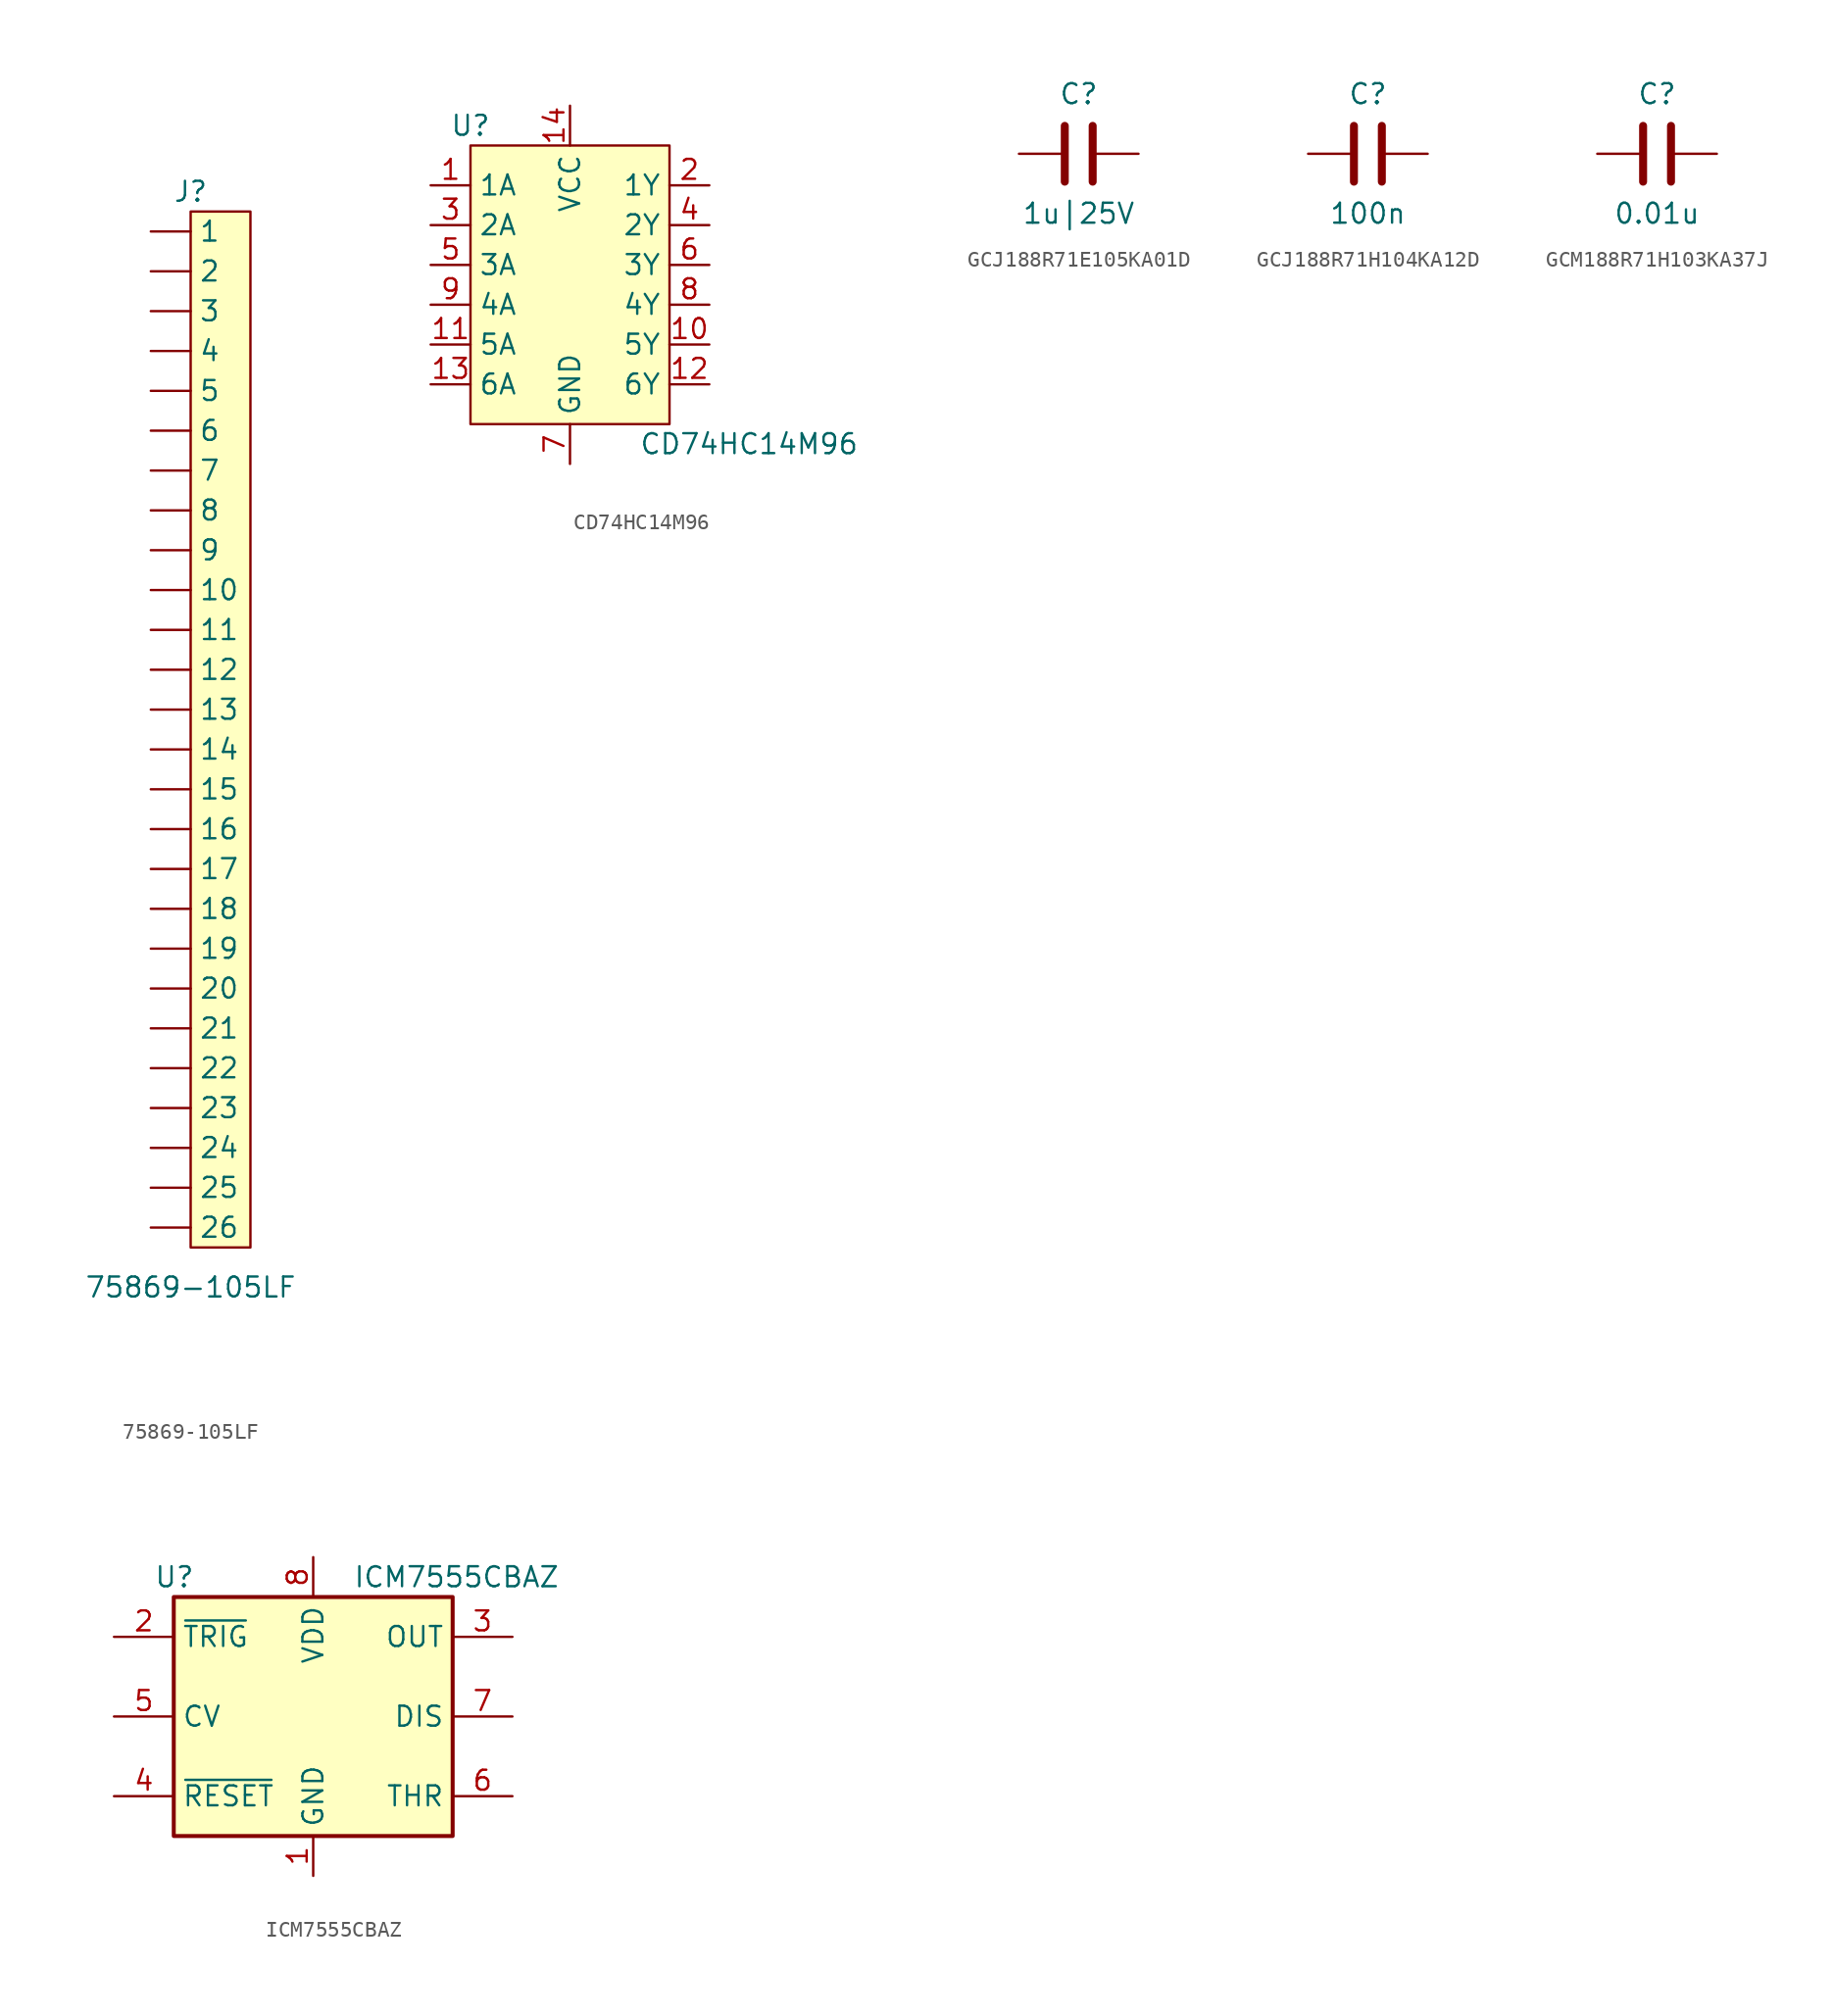
<source format=kicad_sym>
(kicad_symbol_lib
  (version 20220914)
  (generator kicad_symbol_editor)
  (symbol "75869-105LF"
    (pin_numbers hide)
    (property "Reference" "J"
      (at 0 33.02 0)
      (effects (font (size 1.27 1.27))))
    (property "Value" "75869-105LF"
      (at 0 -36.83 0)
      (effects (font (size 1.27 1.27))))
    (symbol "75869-105LF_0_0"
      (pin passive line (at -2.54 30.48 0) (length 2.54) (name "1" (effects (font (size 1.27 1.27)))) (number "1" (effects (font (size 1.27 1.27)))))
      (pin passive line (at -2.54 7.62 0) (length 2.54) (name "10" (effects (font (size 1.27 1.27)))) (number "10" (effects (font (size 1.27 1.27)))))
      (pin passive line (at -2.54 5.08 0) (length 2.54) (name "11" (effects (font (size 1.27 1.27)))) (number "11" (effects (font (size 1.27 1.27)))))
      (pin passive line (at -2.54 2.54 0) (length 2.54) (name "12" (effects (font (size 1.27 1.27)))) (number "12" (effects (font (size 1.27 1.27)))))
      (pin passive line (at -2.54 0 0) (length 2.54) (name "13" (effects (font (size 1.27 1.27)))) (number "13" (effects (font (size 1.27 1.27)))))
      (pin passive line (at -2.54 -2.54 0) (length 2.54) (name "14" (effects (font (size 1.27 1.27)))) (number "14" (effects (font (size 1.27 1.27)))))
      (pin passive line (at -2.54 -5.08 0) (length 2.54) (name "15" (effects (font (size 1.27 1.27)))) (number "15" (effects (font (size 1.27 1.27)))))
      (pin passive line (at -2.54 -7.62 0) (length 2.54) (name "16" (effects (font (size 1.27 1.27)))) (number "16" (effects (font (size 1.27 1.27)))))
      (pin passive line (at -2.54 -10.16 0) (length 2.54) (name "17" (effects (font (size 1.27 1.27)))) (number "17" (effects (font (size 1.27 1.27)))))
      (pin passive line (at -2.54 -12.7 0) (length 2.54) (name "18" (effects (font (size 1.27 1.27)))) (number "18" (effects (font (size 1.27 1.27)))))
      (pin passive line (at -2.54 -15.24 0) (length 2.54) (name "19" (effects (font (size 1.27 1.27)))) (number "19" (effects (font (size 1.27 1.27)))))
      (pin passive line (at -2.54 27.94 0) (length 2.54) (name "2" (effects (font (size 1.27 1.27)))) (number "2" (effects (font (size 1.27 1.27)))))
      (pin passive line (at -2.54 -17.78 0) (length 2.54) (name "20" (effects (font (size 1.27 1.27)))) (number "20" (effects (font (size 1.27 1.27)))))
      (pin passive line (at -2.54 -20.32 0) (length 2.54) (name "21" (effects (font (size 1.27 1.27)))) (number "21" (effects (font (size 1.27 1.27)))))
      (pin passive line (at -2.54 -22.86 0) (length 2.54) (name "22" (effects (font (size 1.27 1.27)))) (number "22" (effects (font (size 1.27 1.27)))))
      (pin passive line (at -2.54 -25.4 0) (length 2.54) (name "23" (effects (font (size 1.27 1.27)))) (number "23" (effects (font (size 1.27 1.27)))))
      (pin passive line (at -2.54 -27.94 0) (length 2.54) (name "24" (effects (font (size 1.27 1.27)))) (number "24" (effects (font (size 1.27 1.27)))))
      (pin passive line (at -2.54 -30.48 0) (length 2.54) (name "25" (effects (font (size 1.27 1.27)))) (number "25" (effects (font (size 1.27 1.27)))))
      (pin passive line (at -2.54 -33.02 0) (length 2.54) (name "26" (effects (font (size 1.27 1.27)))) (number "26" (effects (font (size 1.27 1.27)))))
      (pin passive line (at -2.54 25.4 0) (length 2.54) (name "3" (effects (font (size 1.27 1.27)))) (number "3" (effects (font (size 1.27 1.27)))))
      (pin passive line (at -2.54 22.86 0) (length 2.54) (name "4" (effects (font (size 1.27 1.27)))) (number "4" (effects (font (size 1.27 1.27)))))
      (pin passive line (at -2.54 20.32 0) (length 2.54) (name "5" (effects (font (size 1.27 1.27)))) (number "5" (effects (font (size 1.27 1.27)))))
      (pin passive line (at -2.54 17.78 0) (length 2.54) (name "6" (effects (font (size 1.27 1.27)))) (number "6" (effects (font (size 1.27 1.27)))))
      (pin passive line (at -2.54 15.24 0) (length 2.54) (name "7" (effects (font (size 1.27 1.27)))) (number "7" (effects (font (size 1.27 1.27)))))
      (pin passive line (at -2.54 12.7 0) (length 2.54) (name "8" (effects (font (size 1.27 1.27)))) (number "8" (effects (font (size 1.27 1.27)))))
      (pin passive line (at -2.54 10.16 0) (length 2.54) (name "9" (effects (font (size 1.27 1.27)))) (number "9" (effects (font (size 1.27 1.27))))))
    (symbol "75869-105LF_1_1"
      (rectangle (start 0 31.75) (end 3.81 -34.29) (stroke (width 0) (type default)) (fill (type background)))))
  (symbol "CD74HC14M96"
    (property "Reference" "U"
      (at -6.35 8.89 0)
      (effects (font (size 1.27 1.27))))
    (property "Value" "CD74HC14M96"
      (at 11.43 -11.43 0)
      (effects (font (size 1.27 1.27))))
    (symbol "CD74HC14M96_0_0"
      (pin input line (at -8.89 5.08 0) (length 2.54) (name "1A" (effects (font (size 1.27 1.27)))) (number "1" (effects (font (size 1.27 1.27)))))
      (pin output line (at 8.89 -5.08 180) (length 2.54) (name "5Y" (effects (font (size 1.27 1.27)))) (number "10" (effects (font (size 1.27 1.27)))))
      (pin input line (at -8.89 -5.08 0) (length 2.54) (name "5A" (effects (font (size 1.27 1.27)))) (number "11" (effects (font (size 1.27 1.27)))))
      (pin output line (at 8.89 -7.62 180) (length 2.54) (name "6Y" (effects (font (size 1.27 1.27)))) (number "12" (effects (font (size 1.27 1.27)))))
      (pin input line (at -8.89 -7.62 0) (length 2.54) (name "6A" (effects (font (size 1.27 1.27)))) (number "13" (effects (font (size 1.27 1.27)))))
      (pin power_in line (at 0 10.16 270) (length 2.54) (name "VCC" (effects (font (size 1.27 1.27)))) (number "14" (effects (font (size 1.27 1.27)))))
      (pin output line (at 8.89 5.08 180) (length 2.54) (name "1Y" (effects (font (size 1.27 1.27)))) (number "2" (effects (font (size 1.27 1.27)))))
      (pin input line (at -8.89 2.54 0) (length 2.54) (name "2A" (effects (font (size 1.27 1.27)))) (number "3" (effects (font (size 1.27 1.27)))))
      (pin output line (at 8.89 2.54 180) (length 2.54) (name "2Y" (effects (font (size 1.27 1.27)))) (number "4" (effects (font (size 1.27 1.27)))))
      (pin input line (at -8.89 0 0) (length 2.54) (name "3A" (effects (font (size 1.27 1.27)))) (number "5" (effects (font (size 1.27 1.27)))))
      (pin output line (at 8.89 0 180) (length 2.54) (name "3Y" (effects (font (size 1.27 1.27)))) (number "6" (effects (font (size 1.27 1.27)))))
      (pin power_in line (at 0 -12.7 90) (length 2.54) (name "GND" (effects (font (size 1.27 1.27)))) (number "7" (effects (font (size 1.27 1.27)))))
      (pin output line (at 8.89 -2.54 180) (length 2.54) (name "4Y" (effects (font (size 1.27 1.27)))) (number "8" (effects (font (size 1.27 1.27)))))
      (pin input line (at -8.89 -2.54 0) (length 2.54) (name "4A" (effects (font (size 1.27 1.27)))) (number "9" (effects (font (size 1.27 1.27))))))
    (symbol "CD74HC14M96_1_1"
      (rectangle (start -6.35 7.62) (end 6.35 -10.16) (stroke (width 0) (type default)) (fill (type background)))))
  (symbol "GCJ188R71E105KA01D"
    (pin_numbers hide)
    (pin_names
      (offset 1.016))
    (property "Reference" "C"
      (at 0 3.81 0)
      (effects (font (size 1.27 1.27))))
    (property "Value" "1u|25V"
      (at 0 -3.81 0)
      (effects (font (size 1.27 1.27))))
    (symbol "GCJ188R71E105KA01D_0_1"
      (rectangle (start -0.889 1.778) (end -0.889 -1.778) (stroke (width 0.508) (type solid)) (fill (type none)))
      (rectangle (start 0.889 1.778) (end 0.889 -1.778) (stroke (width 0.508) (type solid)) (fill (type none))))
    (symbol "GCJ188R71E105KA01D_1_1"
      (pin passive line (at -3.81 0 0) (length 2.794) (name "~" (effects (font (size 1.27 1.27)))) (number "1" (effects (font (size 1.27 1.27)))))
      (pin passive line (at 3.81 0 180) (length 2.794) (name "~" (effects (font (size 1.27 1.27)))) (number "2" (effects (font (size 1.27 1.27)))))))
  (symbol "GCJ188R71H104KA12D"
    (pin_numbers hide)
    (pin_names
      (offset 1.016))
    (property "Reference" "C"
      (at 0 3.81 0)
      (effects (font (size 1.27 1.27))))
    (property "Value" "100n"
      (at 0 -3.81 0)
      (effects (font (size 1.27 1.27))))
    (symbol "GCJ188R71H104KA12D_0_1"
      (rectangle (start -0.889 1.778) (end -0.889 -1.778) (stroke (width 0.508) (type solid)) (fill (type none)))
      (rectangle (start 0.889 1.778) (end 0.889 -1.778) (stroke (width 0.508) (type solid)) (fill (type none))))
    (symbol "GCJ188R71H104KA12D_1_1"
      (pin passive line (at -3.81 0 0) (length 2.794) (name "~" (effects (font (size 1.27 1.27)))) (number "1" (effects (font (size 1.27 1.27)))))
      (pin passive line (at 3.81 0 180) (length 2.794) (name "~" (effects (font (size 1.27 1.27)))) (number "2" (effects (font (size 1.27 1.27)))))))
  (symbol "GCM188R71H103KA37J"
    (pin_numbers hide)
    (pin_names
      (offset 1.016))
    (property "Reference" "C"
      (at 0 3.81 0)
      (effects (font (size 1.27 1.27))))
    (property "Value" "0.01u"
      (at 0 -3.81 0)
      (effects (font (size 1.27 1.27))))
    (symbol "GCM188R71H103KA37J_0_1"
      (rectangle (start -0.889 1.778) (end -0.889 -1.778) (stroke (width 0.508) (type solid)) (fill (type none)))
      (rectangle (start 0.889 1.778) (end 0.889 -1.778) (stroke (width 0.508) (type solid)) (fill (type none))))
    (symbol "GCM188R71H103KA37J_1_1"
      (pin passive line (at -3.81 0 0) (length 2.794) (name "~" (effects (font (size 1.27 1.27)))) (number "1" (effects (font (size 1.27 1.27)))))
      (pin passive line (at 3.81 0 180) (length 2.794) (name "~" (effects (font (size 1.27 1.27)))) (number "2" (effects (font (size 1.27 1.27)))))))
  (symbol "ICM7555CBAZ"
    (property "Reference" "U"
      (at -10.16 8.89 0)
      (effects (font (size 1.27 1.27)) (justify left)))
    (property "Value" "ICM7555CBAZ"
      (at 2.54 8.89 0)
      (effects (font (size 1.27 1.27)) (justify left)))
    (symbol "ICM7555CBAZ_0_0"
      (pin power_in line (at 0 -10.16 90) (length 2.54) (name "GND" (effects (font (size 1.27 1.27)))) (number "1" (effects (font (size 1.27 1.27)))))
      (pin power_in line (at 0 10.16 270) (length 2.54) (name "VDD" (effects (font (size 1.27 1.27)))) (number "8" (effects (font (size 1.27 1.27))))))
    (symbol "ICM7555CBAZ_0_1"
      (rectangle (start -8.89 7.62) (end 8.89 -7.62) (stroke (width 0.254) (type default)) (fill (type background))))
    (symbol "ICM7555CBAZ_1_1"
      (pin input line (at -12.7 5.08 0) (length 3.81) (name "~{TRIG}" (effects (font (size 1.27 1.27)))) (number "2" (effects (font (size 1.27 1.27)))))
      (pin output line (at 12.7 5.08 180) (length 3.81) (name "OUT" (effects (font (size 1.27 1.27)))) (number "3" (effects (font (size 1.27 1.27)))))
      (pin input line (at -12.7 -5.08 0) (length 3.81) (name "~{RESET}" (effects (font (size 1.27 1.27)))) (number "4" (effects (font (size 1.27 1.27)))))
      (pin input line (at -12.7 0 0) (length 3.81) (name "CV" (effects (font (size 1.27 1.27)))) (number "5" (effects (font (size 1.27 1.27)))))
      (pin input line (at 12.7 -5.08 180) (length 3.81) (name "THR" (effects (font (size 1.27 1.27)))) (number "6" (effects (font (size 1.27 1.27)))))
      (pin input line (at 12.7 0 180) (length 3.81) (name "DIS" (effects (font (size 1.27 1.27)))) (number "7" (effects (font (size 1.27 1.27))))))))
</source>
